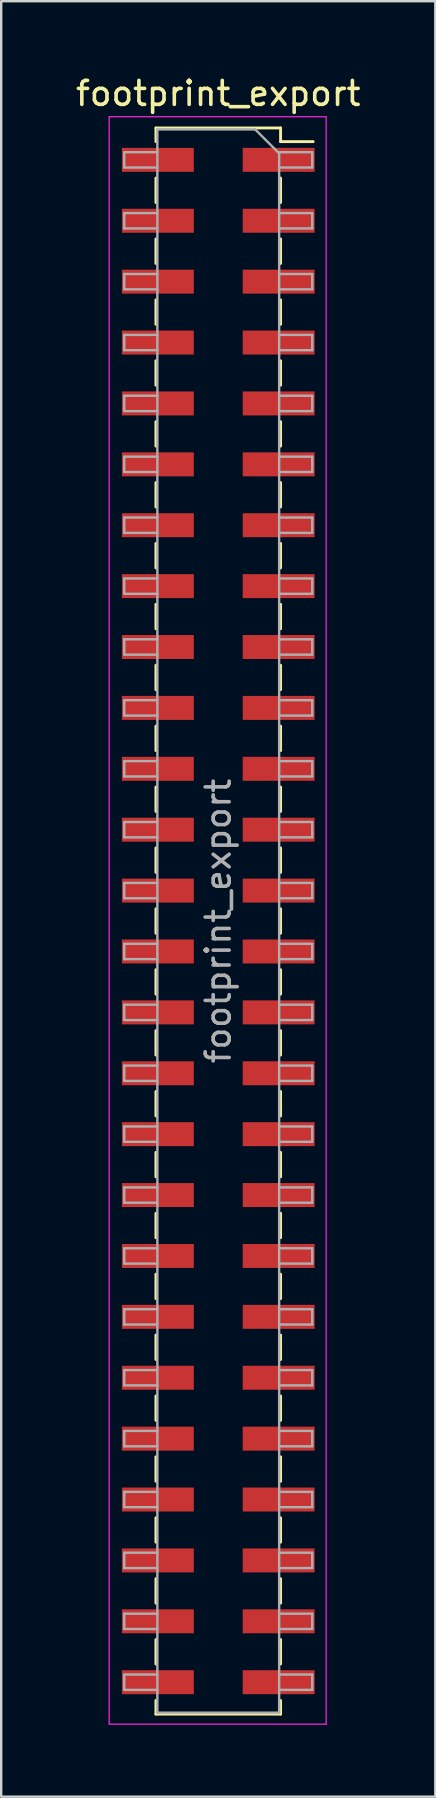
<source format=kicad_pcb>
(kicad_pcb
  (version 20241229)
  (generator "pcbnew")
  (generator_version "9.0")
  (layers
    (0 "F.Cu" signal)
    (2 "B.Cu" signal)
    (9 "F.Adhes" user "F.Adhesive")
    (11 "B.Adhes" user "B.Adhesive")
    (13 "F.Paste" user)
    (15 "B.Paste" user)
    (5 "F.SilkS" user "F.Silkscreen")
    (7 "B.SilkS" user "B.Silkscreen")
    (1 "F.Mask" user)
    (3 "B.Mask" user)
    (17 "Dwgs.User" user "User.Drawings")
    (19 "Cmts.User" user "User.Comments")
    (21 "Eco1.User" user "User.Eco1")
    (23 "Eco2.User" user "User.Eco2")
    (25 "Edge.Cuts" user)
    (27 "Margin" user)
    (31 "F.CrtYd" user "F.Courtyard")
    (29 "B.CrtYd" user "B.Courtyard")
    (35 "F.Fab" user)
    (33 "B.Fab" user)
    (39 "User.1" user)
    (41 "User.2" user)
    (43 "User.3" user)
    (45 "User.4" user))
  (footprint "footprint_export"
    (layer "F.Cu")
    (at 6.054 35.368)
    (property "Reference" "footprint_export" (at 0 -34.52 0) (layer "F.SilkS") (effects (font (size 1 1) (thickness 0.15))))
    (attr smd)
    (fp_line (start -2.6 -33.08) (end -2.6 -32.51) (stroke (width 0.12) (type solid)) (layer "F.SilkS"))
    (fp_line (start -2.6 -33.08) (end 2.6 -33.08) (stroke (width 0.12) (type solid)) (layer "F.SilkS"))
    (fp_line (start -2.6 -30.99) (end -2.6 -29.97) (stroke (width 0.12) (type solid)) (layer "F.SilkS"))
    (fp_line (start -2.6 -28.45) (end -2.6 -27.43) (stroke (width 0.12) (type solid)) (layer "F.SilkS"))
    (fp_line (start -2.6 -25.91) (end -2.6 -24.89) (stroke (width 0.12) (type solid)) (layer "F.SilkS"))
    (fp_line (start -2.6 -23.37) (end -2.6 -22.35) (stroke (width 0.12) (type solid)) (layer "F.SilkS"))
    (fp_line (start -2.6 -20.83) (end -2.6 -19.81) (stroke (width 0.12) (type solid)) (layer "F.SilkS"))
    (fp_line (start -2.6 -18.29) (end -2.6 -17.27) (stroke (width 0.12) (type solid)) (layer "F.SilkS"))
    (fp_line (start -2.6 -15.75) (end -2.6 -14.73) (stroke (width 0.12) (type solid)) (layer "F.SilkS"))
    (fp_line (start -2.6 -13.21) (end -2.6 -12.19) (stroke (width 0.12) (type solid)) (layer "F.SilkS"))
    (fp_line (start -2.6 -10.67) (end -2.6 -9.65) (stroke (width 0.12) (type solid)) (layer "F.SilkS"))
    (fp_line (start -2.6 -8.13) (end -2.6 -7.11) (stroke (width 0.12) (type solid)) (layer "F.SilkS"))
    (fp_line (start -2.6 -5.59) (end -2.6 -4.57) (stroke (width 0.12) (type solid)) (layer "F.SilkS"))
    (fp_line (start -2.6 -3.05) (end -2.6 -2.03) (stroke (width 0.12) (type solid)) (layer "F.SilkS"))
    (fp_line (start -2.6 -0.51) (end -2.6 0.51) (stroke (width 0.12) (type solid)) (layer "F.SilkS"))
    (fp_line (start -2.6 2.03) (end -2.6 3.05) (stroke (width 0.12) (type solid)) (layer "F.SilkS"))
    (fp_line (start -2.6 4.57) (end -2.6 5.59) (stroke (width 0.12) (type solid)) (layer "F.SilkS"))
    (fp_line (start -2.6 7.11) (end -2.6 8.13) (stroke (width 0.12) (type solid)) (layer "F.SilkS"))
    (fp_line (start -2.6 9.65) (end -2.6 10.67) (stroke (width 0.12) (type solid)) (layer "F.SilkS"))
    (fp_line (start -2.6 12.19) (end -2.6 13.21) (stroke (width 0.12) (type solid)) (layer "F.SilkS"))
    (fp_line (start -2.6 14.73) (end -2.6 15.75) (stroke (width 0.12) (type solid)) (layer "F.SilkS"))
    (fp_line (start -2.6 17.27) (end -2.6 18.29) (stroke (width 0.12) (type solid)) (layer "F.SilkS"))
    (fp_line (start -2.6 19.81) (end -2.6 20.83) (stroke (width 0.12) (type solid)) (layer "F.SilkS"))
    (fp_line (start -2.6 22.35) (end -2.6 23.37) (stroke (width 0.12) (type solid)) (layer "F.SilkS"))
    (fp_line (start -2.6 24.89) (end -2.6 25.91) (stroke (width 0.12) (type solid)) (layer "F.SilkS"))
    (fp_line (start -2.6 27.43) (end -2.6 28.45) (stroke (width 0.12) (type solid)) (layer "F.SilkS"))
    (fp_line (start -2.6 29.97) (end -2.6 30.99) (stroke (width 0.12) (type solid)) (layer "F.SilkS"))
    (fp_line (start -2.6 32.51) (end -2.6 33.08) (stroke (width 0.12) (type solid)) (layer "F.SilkS"))
    (fp_line (start -2.6 33.08) (end 2.6 33.08) (stroke (width 0.12) (type solid)) (layer "F.SilkS"))
    (fp_line (start 2.6 -33.08) (end 2.6 -32.51) (stroke (width 0.12) (type solid)) (layer "F.SilkS"))
    (fp_line (start 2.6 -32.51) (end 3.96 -32.51) (stroke (width 0.12) (type solid)) (layer "F.SilkS"))
    (fp_line (start 2.6 -30.99) (end 2.6 -29.97) (stroke (width 0.12) (type solid)) (layer "F.SilkS"))
    (fp_line (start 2.6 -28.45) (end 2.6 -27.43) (stroke (width 0.12) (type solid)) (layer "F.SilkS"))
    (fp_line (start 2.6 -25.91) (end 2.6 -24.89) (stroke (width 0.12) (type solid)) (layer "F.SilkS"))
    (fp_line (start 2.6 -23.37) (end 2.6 -22.35) (stroke (width 0.12) (type solid)) (layer "F.SilkS"))
    (fp_line (start 2.6 -20.83) (end 2.6 -19.81) (stroke (width 0.12) (type solid)) (layer "F.SilkS"))
    (fp_line (start 2.6 -18.29) (end 2.6 -17.27) (stroke (width 0.12) (type solid)) (layer "F.SilkS"))
    (fp_line (start 2.6 -15.75) (end 2.6 -14.73) (stroke (width 0.12) (type solid)) (layer "F.SilkS"))
    (fp_line (start 2.6 -13.21) (end 2.6 -12.19) (stroke (width 0.12) (type solid)) (layer "F.SilkS"))
    (fp_line (start 2.6 -10.67) (end 2.6 -9.65) (stroke (width 0.12) (type solid)) (layer "F.SilkS"))
    (fp_line (start 2.6 -8.13) (end 2.6 -7.11) (stroke (width 0.12) (type solid)) (layer "F.SilkS"))
    (fp_line (start 2.6 -5.59) (end 2.6 -4.57) (stroke (width 0.12) (type solid)) (layer "F.SilkS"))
    (fp_line (start 2.6 -3.05) (end 2.6 -2.03) (stroke (width 0.12) (type solid)) (layer "F.SilkS"))
    (fp_line (start 2.6 -0.51) (end 2.6 0.51) (stroke (width 0.12) (type solid)) (layer "F.SilkS"))
    (fp_line (start 2.6 2.03) (end 2.6 3.05) (stroke (width 0.12) (type solid)) (layer "F.SilkS"))
    (fp_line (start 2.6 4.57) (end 2.6 5.59) (stroke (width 0.12) (type solid)) (layer "F.SilkS"))
    (fp_line (start 2.6 7.11) (end 2.6 8.13) (stroke (width 0.12) (type solid)) (layer "F.SilkS"))
    (fp_line (start 2.6 9.65) (end 2.6 10.67) (stroke (width 0.12) (type solid)) (layer "F.SilkS"))
    (fp_line (start 2.6 12.19) (end 2.6 13.21) (stroke (width 0.12) (type solid)) (layer "F.SilkS"))
    (fp_line (start 2.6 14.73) (end 2.6 15.75) (stroke (width 0.12) (type solid)) (layer "F.SilkS"))
    (fp_line (start 2.6 17.27) (end 2.6 18.29) (stroke (width 0.12) (type solid)) (layer "F.SilkS"))
    (fp_line (start 2.6 19.81) (end 2.6 20.83) (stroke (width 0.12) (type solid)) (layer "F.SilkS"))
    (fp_line (start 2.6 22.35) (end 2.6 23.37) (stroke (width 0.12) (type solid)) (layer "F.SilkS"))
    (fp_line (start 2.6 24.89) (end 2.6 25.91) (stroke (width 0.12) (type solid)) (layer "F.SilkS"))
    (fp_line (start 2.6 27.43) (end 2.6 28.45) (stroke (width 0.12) (type solid)) (layer "F.SilkS"))
    (fp_line (start 2.6 29.97) (end 2.6 30.99) (stroke (width 0.12) (type solid)) (layer "F.SilkS"))
    (fp_line (start 2.6 32.51) (end 2.6 33.08) (stroke (width 0.12) (type solid)) (layer "F.SilkS"))
    (fp_line (start -4.55 -33.55) (end 4.5 -33.55) (stroke (width 0.05) (type solid)) (layer "F.CrtYd"))
    (fp_line (start -4.55 33.5) (end -4.55 -33.55) (stroke (width 0.05) (type solid)) (layer "F.CrtYd"))
    (fp_line (start 4.5 -33.55) (end 4.5 33.5) (stroke (width 0.05) (type solid)) (layer "F.CrtYd"))
    (fp_line (start 4.5 33.5) (end -4.55 33.5) (stroke (width 0.05) (type solid)) (layer "F.CrtYd"))
    (fp_line (start -3.92 -32.07) (end -2.54 -32.07) (stroke (width 0.1) (type solid)) (layer "F.Fab"))
    (fp_line (start -3.92 -31.43) (end -3.92 -32.07) (stroke (width 0.1) (type solid)) (layer "F.Fab"))
    (fp_line (start -3.92 -29.53) (end -2.54 -29.53) (stroke (width 0.1) (type solid)) (layer "F.Fab"))
    (fp_line (start -3.92 -28.89) (end -3.92 -29.53) (stroke (width 0.1) (type solid)) (layer "F.Fab"))
    (fp_line (start -3.92 -26.99) (end -2.54 -26.99) (stroke (width 0.1) (type solid)) (layer "F.Fab"))
    (fp_line (start -3.92 -26.35) (end -3.92 -26.99) (stroke (width 0.1) (type solid)) (layer "F.Fab"))
    (fp_line (start -3.92 -24.45) (end -2.54 -24.45) (stroke (width 0.1) (type solid)) (layer "F.Fab"))
    (fp_line (start -3.92 -23.81) (end -3.92 -24.45) (stroke (width 0.1) (type solid)) (layer "F.Fab"))
    (fp_line (start -3.92 -21.91) (end -2.54 -21.91) (stroke (width 0.1) (type solid)) (layer "F.Fab"))
    (fp_line (start -3.92 -21.27) (end -3.92 -21.91) (stroke (width 0.1) (type solid)) (layer "F.Fab"))
    (fp_line (start -3.92 -19.37) (end -2.54 -19.37) (stroke (width 0.1) (type solid)) (layer "F.Fab"))
    (fp_line (start -3.92 -18.73) (end -3.92 -19.37) (stroke (width 0.1) (type solid)) (layer "F.Fab"))
    (fp_line (start -3.92 -16.83) (end -2.54 -16.83) (stroke (width 0.1) (type solid)) (layer "F.Fab"))
    (fp_line (start -3.92 -16.19) (end -3.92 -16.83) (stroke (width 0.1) (type solid)) (layer "F.Fab"))
    (fp_line (start -3.92 -14.29) (end -2.54 -14.29) (stroke (width 0.1) (type solid)) (layer "F.Fab"))
    (fp_line (start -3.92 -13.65) (end -3.92 -14.29) (stroke (width 0.1) (type solid)) (layer "F.Fab"))
    (fp_line (start -3.92 -11.75) (end -2.54 -11.75) (stroke (width 0.1) (type solid)) (layer "F.Fab"))
    (fp_line (start -3.92 -11.11) (end -3.92 -11.75) (stroke (width 0.1) (type solid)) (layer "F.Fab"))
    (fp_line (start -3.92 -9.21) (end -2.54 -9.21) (stroke (width 0.1) (type solid)) (layer "F.Fab"))
    (fp_line (start -3.92 -8.57) (end -3.92 -9.21) (stroke (width 0.1) (type solid)) (layer "F.Fab"))
    (fp_line (start -3.92 -6.67) (end -2.54 -6.67) (stroke (width 0.1) (type solid)) (layer "F.Fab"))
    (fp_line (start -3.92 -6.03) (end -3.92 -6.67) (stroke (width 0.1) (type solid)) (layer "F.Fab"))
    (fp_line (start -3.92 -4.13) (end -2.54 -4.13) (stroke (width 0.1) (type solid)) (layer "F.Fab"))
    (fp_line (start -3.92 -3.49) (end -3.92 -4.13) (stroke (width 0.1) (type solid)) (layer "F.Fab"))
    (fp_line (start -3.92 -1.59) (end -2.54 -1.59) (stroke (width 0.1) (type solid)) (layer "F.Fab"))
    (fp_line (start -3.92 -0.95) (end -3.92 -1.59) (stroke (width 0.1) (type solid)) (layer "F.Fab"))
    (fp_line (start -3.92 0.95) (end -2.54 0.95) (stroke (width 0.1) (type solid)) (layer "F.Fab"))
    (fp_line (start -3.92 1.59) (end -3.92 0.95) (stroke (width 0.1) (type solid)) (layer "F.Fab"))
    (fp_line (start -3.92 3.49) (end -2.54 3.49) (stroke (width 0.1) (type solid)) (layer "F.Fab"))
    (fp_line (start -3.92 4.13) (end -3.92 3.49) (stroke (width 0.1) (type solid)) (layer "F.Fab"))
    (fp_line (start -3.92 6.03) (end -2.54 6.03) (stroke (width 0.1) (type solid)) (layer "F.Fab"))
    (fp_line (start -3.92 6.67) (end -3.92 6.03) (stroke (width 0.1) (type solid)) (layer "F.Fab"))
    (fp_line (start -3.92 8.57) (end -2.54 8.57) (stroke (width 0.1) (type solid)) (layer "F.Fab"))
    (fp_line (start -3.92 9.21) (end -3.92 8.57) (stroke (width 0.1) (type solid)) (layer "F.Fab"))
    (fp_line (start -3.92 11.11) (end -2.54 11.11) (stroke (width 0.1) (type solid)) (layer "F.Fab"))
    (fp_line (start -3.92 11.75) (end -3.92 11.11) (stroke (width 0.1) (type solid)) (layer "F.Fab"))
    (fp_line (start -3.92 13.65) (end -2.54 13.65) (stroke (width 0.1) (type solid)) (layer "F.Fab"))
    (fp_line (start -3.92 14.29) (end -3.92 13.65) (stroke (width 0.1) (type solid)) (layer "F.Fab"))
    (fp_line (start -3.92 16.19) (end -2.54 16.19) (stroke (width 0.1) (type solid)) (layer "F.Fab"))
    (fp_line (start -3.92 16.83) (end -3.92 16.19) (stroke (width 0.1) (type solid)) (layer "F.Fab"))
    (fp_line (start -3.92 18.73) (end -2.54 18.73) (stroke (width 0.1) (type solid)) (layer "F.Fab"))
    (fp_line (start -3.92 19.37) (end -3.92 18.73) (stroke (width 0.1) (type solid)) (layer "F.Fab"))
    (fp_line (start -3.92 21.27) (end -2.54 21.27) (stroke (width 0.1) (type solid)) (layer "F.Fab"))
    (fp_line (start -3.92 21.91) (end -3.92 21.27) (stroke (width 0.1) (type solid)) (layer "F.Fab"))
    (fp_line (start -3.92 23.81) (end -2.54 23.81) (stroke (width 0.1) (type solid)) (layer "F.Fab"))
    (fp_line (start -3.92 24.45) (end -3.92 23.81) (stroke (width 0.1) (type solid)) (layer "F.Fab"))
    (fp_line (start -3.92 26.35) (end -2.54 26.35) (stroke (width 0.1) (type solid)) (layer "F.Fab"))
    (fp_line (start -3.92 26.99) (end -3.92 26.35) (stroke (width 0.1) (type solid)) (layer "F.Fab"))
    (fp_line (start -3.92 28.89) (end -2.54 28.89) (stroke (width 0.1) (type solid)) (layer "F.Fab"))
    (fp_line (start -3.92 29.53) (end -3.92 28.89) (stroke (width 0.1) (type solid)) (layer "F.Fab"))
    (fp_line (start -3.92 31.43) (end -2.54 31.43) (stroke (width 0.1) (type solid)) (layer "F.Fab"))
    (fp_line (start -3.92 32.07) (end -3.92 31.43) (stroke (width 0.1) (type solid)) (layer "F.Fab"))
    (fp_line (start -2.54 -33.02) (end 1.54 -33.02) (stroke (width 0.1) (type solid)) (layer "F.Fab"))
    (fp_line (start -2.54 -31.43) (end -3.92 -31.43) (stroke (width 0.1) (type solid)) (layer "F.Fab"))
    (fp_line (start -2.54 -28.89) (end -3.92 -28.89) (stroke (width 0.1) (type solid)) (layer "F.Fab"))
    (fp_line (start -2.54 -26.35) (end -3.92 -26.35) (stroke (width 0.1) (type solid)) (layer "F.Fab"))
    (fp_line (start -2.54 -23.81) (end -3.92 -23.81) (stroke (width 0.1) (type solid)) (layer "F.Fab"))
    (fp_line (start -2.54 -21.27) (end -3.92 -21.27) (stroke (width 0.1) (type solid)) (layer "F.Fab"))
    (fp_line (start -2.54 -18.73) (end -3.92 -18.73) (stroke (width 0.1) (type solid)) (layer "F.Fab"))
    (fp_line (start -2.54 -16.19) (end -3.92 -16.19) (stroke (width 0.1) (type solid)) (layer "F.Fab"))
    (fp_line (start -2.54 -13.65) (end -3.92 -13.65) (stroke (width 0.1) (type solid)) (layer "F.Fab"))
    (fp_line (start -2.54 -11.11) (end -3.92 -11.11) (stroke (width 0.1) (type solid)) (layer "F.Fab"))
    (fp_line (start -2.54 -8.57) (end -3.92 -8.57) (stroke (width 0.1) (type solid)) (layer "F.Fab"))
    (fp_line (start -2.54 -6.03) (end -3.92 -6.03) (stroke (width 0.1) (type solid)) (layer "F.Fab"))
    (fp_line (start -2.54 -3.49) (end -3.92 -3.49) (stroke (width 0.1) (type solid)) (layer "F.Fab"))
    (fp_line (start -2.54 -0.95) (end -3.92 -0.95) (stroke (width 0.1) (type solid)) (layer "F.Fab"))
    (fp_line (start -2.54 1.59) (end -3.92 1.59) (stroke (width 0.1) (type solid)) (layer "F.Fab"))
    (fp_line (start -2.54 4.13) (end -3.92 4.13) (stroke (width 0.1) (type solid)) (layer "F.Fab"))
    (fp_line (start -2.54 6.67) (end -3.92 6.67) (stroke (width 0.1) (type solid)) (layer "F.Fab"))
    (fp_line (start -2.54 9.21) (end -3.92 9.21) (stroke (width 0.1) (type solid)) (layer "F.Fab"))
    (fp_line (start -2.54 11.75) (end -3.92 11.75) (stroke (width 0.1) (type solid)) (layer "F.Fab"))
    (fp_line (start -2.54 14.29) (end -3.92 14.29) (stroke (width 0.1) (type solid)) (layer "F.Fab"))
    (fp_line (start -2.54 16.83) (end -3.92 16.83) (stroke (width 0.1) (type solid)) (layer "F.Fab"))
    (fp_line (start -2.54 19.37) (end -3.92 19.37) (stroke (width 0.1) (type solid)) (layer "F.Fab"))
    (fp_line (start -2.54 21.91) (end -3.92 21.91) (stroke (width 0.1) (type solid)) (layer "F.Fab"))
    (fp_line (start -2.54 24.45) (end -3.92 24.45) (stroke (width 0.1) (type solid)) (layer "F.Fab"))
    (fp_line (start -2.54 26.99) (end -3.92 26.99) (stroke (width 0.1) (type solid)) (layer "F.Fab"))
    (fp_line (start -2.54 29.53) (end -3.92 29.53) (stroke (width 0.1) (type solid)) (layer "F.Fab"))
    (fp_line (start -2.54 32.07) (end -3.92 32.07) (stroke (width 0.1) (type solid)) (layer "F.Fab"))
    (fp_line (start -2.54 33.02) (end -2.54 -33.02) (stroke (width 0.1) (type solid)) (layer "F.Fab"))
    (fp_line (start 1.54 -33.02) (end 2.54 -32.02) (stroke (width 0.1) (type solid)) (layer "F.Fab"))
    (fp_line (start 2.54 -32.07) (end 3.92 -32.07) (stroke (width 0.1) (type solid)) (layer "F.Fab"))
    (fp_line (start 2.54 -32.02) (end 2.54 33.02) (stroke (width 0.1) (type solid)) (layer "F.Fab"))
    (fp_line (start 2.54 -29.53) (end 3.92 -29.53) (stroke (width 0.1) (type solid)) (layer "F.Fab"))
    (fp_line (start 2.54 -26.99) (end 3.92 -26.99) (stroke (width 0.1) (type solid)) (layer "F.Fab"))
    (fp_line (start 2.54 -24.45) (end 3.92 -24.45) (stroke (width 0.1) (type solid)) (layer "F.Fab"))
    (fp_line (start 2.54 -21.91) (end 3.92 -21.91) (stroke (width 0.1) (type solid)) (layer "F.Fab"))
    (fp_line (start 2.54 -19.37) (end 3.92 -19.37) (stroke (width 0.1) (type solid)) (layer "F.Fab"))
    (fp_line (start 2.54 -16.83) (end 3.92 -16.83) (stroke (width 0.1) (type solid)) (layer "F.Fab"))
    (fp_line (start 2.54 -14.29) (end 3.92 -14.29) (stroke (width 0.1) (type solid)) (layer "F.Fab"))
    (fp_line (start 2.54 -11.75) (end 3.92 -11.75) (stroke (width 0.1) (type solid)) (layer "F.Fab"))
    (fp_line (start 2.54 -9.21) (end 3.92 -9.21) (stroke (width 0.1) (type solid)) (layer "F.Fab"))
    (fp_line (start 2.54 -6.67) (end 3.92 -6.67) (stroke (width 0.1) (type solid)) (layer "F.Fab"))
    (fp_line (start 2.54 -4.13) (end 3.92 -4.13) (stroke (width 0.1) (type solid)) (layer "F.Fab"))
    (fp_line (start 2.54 -1.59) (end 3.92 -1.59) (stroke (width 0.1) (type solid)) (layer "F.Fab"))
    (fp_line (start 2.54 0.95) (end 3.92 0.95) (stroke (width 0.1) (type solid)) (layer "F.Fab"))
    (fp_line (start 2.54 3.49) (end 3.92 3.49) (stroke (width 0.1) (type solid)) (layer "F.Fab"))
    (fp_line (start 2.54 6.03) (end 3.92 6.03) (stroke (width 0.1) (type solid)) (layer "F.Fab"))
    (fp_line (start 2.54 8.57) (end 3.92 8.57) (stroke (width 0.1) (type solid)) (layer "F.Fab"))
    (fp_line (start 2.54 11.11) (end 3.92 11.11) (stroke (width 0.1) (type solid)) (layer "F.Fab"))
    (fp_line (start 2.54 13.65) (end 3.92 13.65) (stroke (width 0.1) (type solid)) (layer "F.Fab"))
    (fp_line (start 2.54 16.19) (end 3.92 16.19) (stroke (width 0.1) (type solid)) (layer "F.Fab"))
    (fp_line (start 2.54 18.73) (end 3.92 18.73) (stroke (width 0.1) (type solid)) (layer "F.Fab"))
    (fp_line (start 2.54 21.27) (end 3.92 21.27) (stroke (width 0.1) (type solid)) (layer "F.Fab"))
    (fp_line (start 2.54 23.81) (end 3.92 23.81) (stroke (width 0.1) (type solid)) (layer "F.Fab"))
    (fp_line (start 2.54 26.35) (end 3.92 26.35) (stroke (width 0.1) (type solid)) (layer "F.Fab"))
    (fp_line (start 2.54 28.89) (end 3.92 28.89) (stroke (width 0.1) (type solid)) (layer "F.Fab"))
    (fp_line (start 2.54 31.43) (end 3.92 31.43) (stroke (width 0.1) (type solid)) (layer "F.Fab"))
    (fp_line (start 2.54 33.02) (end -2.54 33.02) (stroke (width 0.1) (type solid)) (layer "F.Fab"))
    (fp_line (start 3.92 -32.07) (end 3.92 -31.43) (stroke (width 0.1) (type solid)) (layer "F.Fab"))
    (fp_line (start 3.92 -31.43) (end 2.54 -31.43) (stroke (width 0.1) (type solid)) (layer "F.Fab"))
    (fp_line (start 3.92 -29.53) (end 3.92 -28.89) (stroke (width 0.1) (type solid)) (layer "F.Fab"))
    (fp_line (start 3.92 -28.89) (end 2.54 -28.89) (stroke (width 0.1) (type solid)) (layer "F.Fab"))
    (fp_line (start 3.92 -26.99) (end 3.92 -26.35) (stroke (width 0.1) (type solid)) (layer "F.Fab"))
    (fp_line (start 3.92 -26.35) (end 2.54 -26.35) (stroke (width 0.1) (type solid)) (layer "F.Fab"))
    (fp_line (start 3.92 -24.45) (end 3.92 -23.81) (stroke (width 0.1) (type solid)) (layer "F.Fab"))
    (fp_line (start 3.92 -23.81) (end 2.54 -23.81) (stroke (width 0.1) (type solid)) (layer "F.Fab"))
    (fp_line (start 3.92 -21.91) (end 3.92 -21.27) (stroke (width 0.1) (type solid)) (layer "F.Fab"))
    (fp_line (start 3.92 -21.27) (end 2.54 -21.27) (stroke (width 0.1) (type solid)) (layer "F.Fab"))
    (fp_line (start 3.92 -19.37) (end 3.92 -18.73) (stroke (width 0.1) (type solid)) (layer "F.Fab"))
    (fp_line (start 3.92 -18.73) (end 2.54 -18.73) (stroke (width 0.1) (type solid)) (layer "F.Fab"))
    (fp_line (start 3.92 -16.83) (end 3.92 -16.19) (stroke (width 0.1) (type solid)) (layer "F.Fab"))
    (fp_line (start 3.92 -16.19) (end 2.54 -16.19) (stroke (width 0.1) (type solid)) (layer "F.Fab"))
    (fp_line (start 3.92 -14.29) (end 3.92 -13.65) (stroke (width 0.1) (type solid)) (layer "F.Fab"))
    (fp_line (start 3.92 -13.65) (end 2.54 -13.65) (stroke (width 0.1) (type solid)) (layer "F.Fab"))
    (fp_line (start 3.92 -11.75) (end 3.92 -11.11) (stroke (width 0.1) (type solid)) (layer "F.Fab"))
    (fp_line (start 3.92 -11.11) (end 2.54 -11.11) (stroke (width 0.1) (type solid)) (layer "F.Fab"))
    (fp_line (start 3.92 -9.21) (end 3.92 -8.57) (stroke (width 0.1) (type solid)) (layer "F.Fab"))
    (fp_line (start 3.92 -8.57) (end 2.54 -8.57) (stroke (width 0.1) (type solid)) (layer "F.Fab"))
    (fp_line (start 3.92 -6.67) (end 3.92 -6.03) (stroke (width 0.1) (type solid)) (layer "F.Fab"))
    (fp_line (start 3.92 -6.03) (end 2.54 -6.03) (stroke (width 0.1) (type solid)) (layer "F.Fab"))
    (fp_line (start 3.92 -4.13) (end 3.92 -3.49) (stroke (width 0.1) (type solid)) (layer "F.Fab"))
    (fp_line (start 3.92 -3.49) (end 2.54 -3.49) (stroke (width 0.1) (type solid)) (layer "F.Fab"))
    (fp_line (start 3.92 -1.59) (end 3.92 -0.95) (stroke (width 0.1) (type solid)) (layer "F.Fab"))
    (fp_line (start 3.92 -0.95) (end 2.54 -0.95) (stroke (width 0.1) (type solid)) (layer "F.Fab"))
    (fp_line (start 3.92 0.95) (end 3.92 1.59) (stroke (width 0.1) (type solid)) (layer "F.Fab"))
    (fp_line (start 3.92 1.59) (end 2.54 1.59) (stroke (width 0.1) (type solid)) (layer "F.Fab"))
    (fp_line (start 3.92 3.49) (end 3.92 4.13) (stroke (width 0.1) (type solid)) (layer "F.Fab"))
    (fp_line (start 3.92 4.13) (end 2.54 4.13) (stroke (width 0.1) (type solid)) (layer "F.Fab"))
    (fp_line (start 3.92 6.03) (end 3.92 6.67) (stroke (width 0.1) (type solid)) (layer "F.Fab"))
    (fp_line (start 3.92 6.67) (end 2.54 6.67) (stroke (width 0.1) (type solid)) (layer "F.Fab"))
    (fp_line (start 3.92 8.57) (end 3.92 9.21) (stroke (width 0.1) (type solid)) (layer "F.Fab"))
    (fp_line (start 3.92 9.21) (end 2.54 9.21) (stroke (width 0.1) (type solid)) (layer "F.Fab"))
    (fp_line (start 3.92 11.11) (end 3.92 11.75) (stroke (width 0.1) (type solid)) (layer "F.Fab"))
    (fp_line (start 3.92 11.75) (end 2.54 11.75) (stroke (width 0.1) (type solid)) (layer "F.Fab"))
    (fp_line (start 3.92 13.65) (end 3.92 14.29) (stroke (width 0.1) (type solid)) (layer "F.Fab"))
    (fp_line (start 3.92 14.29) (end 2.54 14.29) (stroke (width 0.1) (type solid)) (layer "F.Fab"))
    (fp_line (start 3.92 16.19) (end 3.92 16.83) (stroke (width 0.1) (type solid)) (layer "F.Fab"))
    (fp_line (start 3.92 16.83) (end 2.54 16.83) (stroke (width 0.1) (type solid)) (layer "F.Fab"))
    (fp_line (start 3.92 18.73) (end 3.92 19.37) (stroke (width 0.1) (type solid)) (layer "F.Fab"))
    (fp_line (start 3.92 19.37) (end 2.54 19.37) (stroke (width 0.1) (type solid)) (layer "F.Fab"))
    (fp_line (start 3.92 21.27) (end 3.92 21.91) (stroke (width 0.1) (type solid)) (layer "F.Fab"))
    (fp_line (start 3.92 21.91) (end 2.54 21.91) (stroke (width 0.1) (type solid)) (layer "F.Fab"))
    (fp_line (start 3.92 23.81) (end 3.92 24.45) (stroke (width 0.1) (type solid)) (layer "F.Fab"))
    (fp_line (start 3.92 24.45) (end 2.54 24.45) (stroke (width 0.1) (type solid)) (layer "F.Fab"))
    (fp_line (start 3.92 26.35) (end 3.92 26.99) (stroke (width 0.1) (type solid)) (layer "F.Fab"))
    (fp_line (start 3.92 26.99) (end 2.54 26.99) (stroke (width 0.1) (type solid)) (layer "F.Fab"))
    (fp_line (start 3.92 28.89) (end 3.92 29.53) (stroke (width 0.1) (type solid)) (layer "F.Fab"))
    (fp_line (start 3.92 29.53) (end 2.54 29.53) (stroke (width 0.1) (type solid)) (layer "F.Fab"))
    (fp_line (start 3.92 31.43) (end 3.92 32.07) (stroke (width 0.1) (type solid)) (layer "F.Fab"))
    (fp_line (start 3.92 32.07) (end 2.54 32.07) (stroke (width 0.1) (type solid)) (layer "F.Fab"))
    (fp_text user "${REFERENCE}" (at 0 0 90) (layer "F.Fab") (effects (font (size 1 1) (thickness 0.15))))
    (pad "1" smd rect (at 2.52 -31.75) (size 3 1) (layers "F.Cu" "F.Mask" "F.Paste"))
    (pad "2" smd rect (at -2.52 -31.75) (size 3 1) (layers "F.Cu" "F.Mask" "F.Paste"))
    (pad "3" smd rect (at 2.52 -29.21) (size 3 1) (layers "F.Cu" "F.Mask" "F.Paste"))
    (pad "4" smd rect (at -2.52 -29.21) (size 3 1) (layers "F.Cu" "F.Mask" "F.Paste"))
    (pad "5" smd rect (at 2.52 -26.67) (size 3 1) (layers "F.Cu" "F.Mask" "F.Paste"))
    (pad "6" smd rect (at -2.52 -26.67) (size 3 1) (layers "F.Cu" "F.Mask" "F.Paste"))
    (pad "7" smd rect (at 2.52 -24.13) (size 3 1) (layers "F.Cu" "F.Mask" "F.Paste"))
    (pad "8" smd rect (at -2.52 -24.13) (size 3 1) (layers "F.Cu" "F.Mask" "F.Paste"))
    (pad "9" smd rect (at 2.52 -21.59) (size 3 1) (layers "F.Cu" "F.Mask" "F.Paste"))
    (pad "10" smd rect (at -2.52 -21.59) (size 3 1) (layers "F.Cu" "F.Mask" "F.Paste"))
    (pad "11" smd rect (at 2.52 -19.05) (size 3 1) (layers "F.Cu" "F.Mask" "F.Paste"))
    (pad "12" smd rect (at -2.52 -19.05) (size 3 1) (layers "F.Cu" "F.Mask" "F.Paste"))
    (pad "13" smd rect (at 2.52 -16.51) (size 3 1) (layers "F.Cu" "F.Mask" "F.Paste"))
    (pad "14" smd rect (at -2.52 -16.51) (size 3 1) (layers "F.Cu" "F.Mask" "F.Paste"))
    (pad "15" smd rect (at 2.52 -13.97) (size 3 1) (layers "F.Cu" "F.Mask" "F.Paste"))
    (pad "16" smd rect (at -2.52 -13.97) (size 3 1) (layers "F.Cu" "F.Mask" "F.Paste"))
    (pad "17" smd rect (at 2.52 -11.43) (size 3 1) (layers "F.Cu" "F.Mask" "F.Paste"))
    (pad "18" smd rect (at -2.52 -11.43) (size 3 1) (layers "F.Cu" "F.Mask" "F.Paste"))
    (pad "19" smd rect (at 2.52 -8.89) (size 3 1) (layers "F.Cu" "F.Mask" "F.Paste"))
    (pad "20" smd rect (at -2.52 -8.89) (size 3 1) (layers "F.Cu" "F.Mask" "F.Paste"))
    (pad "21" smd rect (at 2.52 -6.35) (size 3 1) (layers "F.Cu" "F.Mask" "F.Paste"))
    (pad "22" smd rect (at -2.52 -6.35) (size 3 1) (layers "F.Cu" "F.Mask" "F.Paste"))
    (pad "23" smd rect (at 2.52 -3.81) (size 3 1) (layers "F.Cu" "F.Mask" "F.Paste"))
    (pad "24" smd rect (at -2.52 -3.81) (size 3 1) (layers "F.Cu" "F.Mask" "F.Paste"))
    (pad "25" smd rect (at 2.52 -1.27) (size 3 1) (layers "F.Cu" "F.Mask" "F.Paste"))
    (pad "26" smd rect (at -2.52 -1.27) (size 3 1) (layers "F.Cu" "F.Mask" "F.Paste"))
    (pad "27" smd rect (at 2.52 1.27) (size 3 1) (layers "F.Cu" "F.Mask" "F.Paste"))
    (pad "28" smd rect (at -2.52 1.27) (size 3 1) (layers "F.Cu" "F.Mask" "F.Paste"))
    (pad "29" smd rect (at 2.52 3.81) (size 3 1) (layers "F.Cu" "F.Mask" "F.Paste"))
    (pad "30" smd rect (at -2.52 3.81) (size 3 1) (layers "F.Cu" "F.Mask" "F.Paste"))
    (pad "31" smd rect (at 2.52 6.35) (size 3 1) (layers "F.Cu" "F.Mask" "F.Paste"))
    (pad "32" smd rect (at -2.52 6.35) (size 3 1) (layers "F.Cu" "F.Mask" "F.Paste"))
    (pad "33" smd rect (at 2.52 8.89) (size 3 1) (layers "F.Cu" "F.Mask" "F.Paste"))
    (pad "34" smd rect (at -2.52 8.89) (size 3 1) (layers "F.Cu" "F.Mask" "F.Paste"))
    (pad "35" smd rect (at 2.52 11.43) (size 3 1) (layers "F.Cu" "F.Mask" "F.Paste"))
    (pad "36" smd rect (at -2.52 11.43) (size 3 1) (layers "F.Cu" "F.Mask" "F.Paste"))
    (pad "37" smd rect (at 2.52 13.97) (size 3 1) (layers "F.Cu" "F.Mask" "F.Paste"))
    (pad "38" smd rect (at -2.52 13.97) (size 3 1) (layers "F.Cu" "F.Mask" "F.Paste"))
    (pad "39" smd rect (at 2.52 16.51) (size 3 1) (layers "F.Cu" "F.Mask" "F.Paste"))
    (pad "40" smd rect (at -2.52 16.51) (size 3 1) (layers "F.Cu" "F.Mask" "F.Paste"))
    (pad "41" smd rect (at 2.52 19.05) (size 3 1) (layers "F.Cu" "F.Mask" "F.Paste"))
    (pad "42" smd rect (at -2.52 19.05) (size 3 1) (layers "F.Cu" "F.Mask" "F.Paste"))
    (pad "43" smd rect (at 2.52 21.59) (size 3 1) (layers "F.Cu" "F.Mask" "F.Paste"))
    (pad "44" smd rect (at -2.52 21.59) (size 3 1) (layers "F.Cu" "F.Mask" "F.Paste"))
    (pad "45" smd rect (at 2.52 24.13) (size 3 1) (layers "F.Cu" "F.Mask" "F.Paste"))
    (pad "46" smd rect (at -2.52 24.13) (size 3 1) (layers "F.Cu" "F.Mask" "F.Paste"))
    (pad "47" smd rect (at 2.52 26.67) (size 3 1) (layers "F.Cu" "F.Mask" "F.Paste"))
    (pad "48" smd rect (at -2.52 26.67) (size 3 1) (layers "F.Cu" "F.Mask" "F.Paste"))
    (pad "49" smd rect (at 2.52 29.21) (size 3 1) (layers "F.Cu" "F.Mask" "F.Paste"))
    (pad "50" smd rect (at -2.52 29.21) (size 3 1) (layers "F.Cu" "F.Mask" "F.Paste"))
    (pad "51" smd rect (at 2.52 31.75) (size 3 1) (layers "F.Cu" "F.Mask" "F.Paste"))
    (pad "52" smd rect (at -2.52 31.75) (size 3 1) (layers "F.Cu" "F.Mask" "F.Paste")))
  (gr_rect
    (start -3 -3)
    (end 15.107 71.893)
    (stroke (width 0.1) (type default))
    (fill no)
    (layer "Edge.Cuts")))
</source>
